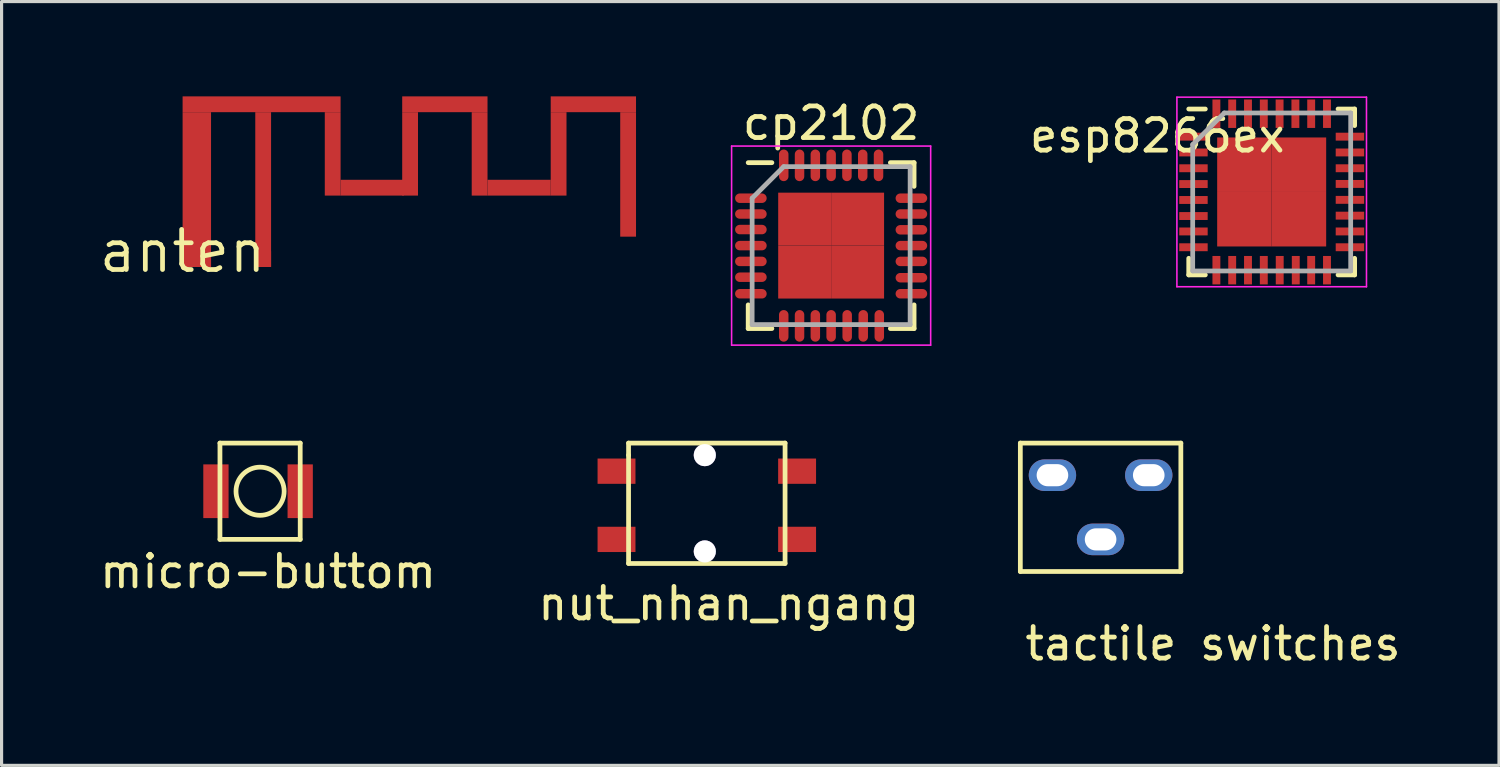
<source format=kicad_pcb>
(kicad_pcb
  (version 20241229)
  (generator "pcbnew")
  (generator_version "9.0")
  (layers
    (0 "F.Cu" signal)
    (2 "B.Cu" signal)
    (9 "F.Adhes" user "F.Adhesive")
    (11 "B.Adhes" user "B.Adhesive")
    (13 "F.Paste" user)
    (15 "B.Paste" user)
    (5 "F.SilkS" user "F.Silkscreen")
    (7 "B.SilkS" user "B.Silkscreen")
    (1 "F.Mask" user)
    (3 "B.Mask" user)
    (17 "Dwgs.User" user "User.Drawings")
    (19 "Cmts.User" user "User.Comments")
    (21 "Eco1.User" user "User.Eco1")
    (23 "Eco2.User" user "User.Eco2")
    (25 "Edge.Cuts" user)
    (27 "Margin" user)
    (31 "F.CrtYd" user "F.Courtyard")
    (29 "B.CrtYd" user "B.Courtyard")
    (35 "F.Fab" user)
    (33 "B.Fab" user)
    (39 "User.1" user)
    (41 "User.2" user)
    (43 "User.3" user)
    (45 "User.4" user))
  (footprint "cp2102"
    (layer "F.Cu")
    (at 23.254 4.723)
    (property "Reference" "cp2102" (at 0 -3.875 0) (layer "F.SilkS") (effects (font (size 1 1) (thickness 0.15))))
    (attr smd)
    (fp_line (start -2.625 -2.625) (end -1.875 -2.625) (stroke (width 0.15) (type solid)) (layer "F.SilkS"))
    (fp_line (start -2.625 2.625) (end -2.625 1.875) (stroke (width 0.15) (type solid)) (layer "F.SilkS"))
    (fp_line (start -2.625 2.625) (end -1.875 2.625) (stroke (width 0.15) (type solid)) (layer "F.SilkS"))
    (fp_line (start 2.625 -2.625) (end 1.875 -2.625) (stroke (width 0.15) (type solid)) (layer "F.SilkS"))
    (fp_line (start 2.625 -2.625) (end 2.625 -1.875) (stroke (width 0.15) (type solid)) (layer "F.SilkS"))
    (fp_line (start 2.625 2.625) (end 1.875 2.625) (stroke (width 0.15) (type solid)) (layer "F.SilkS"))
    (fp_line (start 2.625 2.625) (end 2.625 1.875) (stroke (width 0.15) (type solid)) (layer "F.SilkS"))
    (fp_line (start -3.15 -3.15) (end -3.15 3.15) (stroke (width 0.05) (type solid)) (layer "F.CrtYd"))
    (fp_line (start -3.15 -3.15) (end 3.15 -3.15) (stroke (width 0.05) (type solid)) (layer "F.CrtYd"))
    (fp_line (start -3.15 3.15) (end 3.15 3.15) (stroke (width 0.05) (type solid)) (layer "F.CrtYd"))
    (fp_line (start 3.15 -3.15) (end 3.15 3.15) (stroke (width 0.05) (type solid)) (layer "F.CrtYd"))
    (fp_line (start -2.5 -1.5) (end -1.5 -2.5) (stroke (width 0.15) (type solid)) (layer "F.Fab"))
    (fp_line (start -2.5 2.5) (end -2.5 -1.5) (stroke (width 0.15) (type solid)) (layer "F.Fab"))
    (fp_line (start -1.5 -2.5) (end 2.5 -2.5) (stroke (width 0.15) (type solid)) (layer "F.Fab"))
    (fp_line (start 2.5 -2.5) (end 2.5 2.5) (stroke (width 0.15) (type solid)) (layer "F.Fab"))
    (fp_line (start 2.5 2.5) (end -2.5 2.5) (stroke (width 0.15) (type solid)) (layer "F.Fab"))
    (pad "1" smd oval (at -2.54 -1.5) (size 1 0.3) (layers "F.Cu" "F.Mask" "F.Paste"))
    (pad "2" smd oval (at -2.54 -1) (size 1 0.3) (layers "F.Cu" "F.Mask" "F.Paste"))
    (pad "3" smd oval (at -2.54 -0.508) (size 1 0.3) (layers "F.Cu" "F.Mask" "F.Paste"))
    (pad "4" smd oval (at -2.54 0) (size 1 0.3) (layers "F.Cu" "F.Mask" "F.Paste"))
    (pad "5" smd oval (at -2.54 0.5) (size 1 0.3) (layers "F.Cu" "F.Mask" "F.Paste"))
    (pad "6" smd oval (at -2.54 1) (size 1 0.3) (layers "F.Cu" "F.Mask" "F.Paste"))
    (pad "7" smd oval (at -2.54 1.524) (size 1 0.3) (layers "F.Cu" "F.Mask" "F.Paste"))
    (pad "8" smd oval (at -1.5 2.54 90) (size 1 0.3) (layers "F.Cu" "F.Mask" "F.Paste"))
    (pad "9" smd oval (at -1 2.54 90) (size 1 0.3) (layers "F.Cu" "F.Mask" "F.Paste"))
    (pad "10" smd oval (at -0.5 2.54 90) (size 1 0.3) (layers "F.Cu" "F.Mask" "F.Paste"))
    (pad "11" smd oval (at 0 2.54 90) (size 1 0.3) (layers "F.Cu" "F.Mask" "F.Paste"))
    (pad "12" smd oval (at 0.508 2.54 90) (size 1 0.3) (layers "F.Cu" "F.Mask" "F.Paste"))
    (pad "13" smd oval (at 1.016 2.54 90) (size 1 0.3) (layers "F.Cu" "F.Mask" "F.Paste"))
    (pad "14" smd oval (at 1.524 2.54 90) (size 1 0.3) (layers "F.Cu" "F.Mask" "F.Paste"))
    (pad "15" smd oval (at 2.54 1.524) (size 1 0.3) (layers "F.Cu" "F.Mask" "F.Paste"))
    (pad "16" smd oval (at 2.54 1.016) (size 1 0.3) (layers "F.Cu" "F.Mask" "F.Paste"))
    (pad "17" smd oval (at 2.54 0.5) (size 1 0.3) (layers "F.Cu" "F.Mask" "F.Paste"))
    (pad "18" smd oval (at 2.54 0) (size 1 0.3) (layers "F.Cu" "F.Mask" "F.Paste"))
    (pad "19" smd oval (at 2.54 -0.5) (size 1 0.3) (layers "F.Cu" "F.Mask" "F.Paste"))
    (pad "20" smd oval (at 2.54 -1) (size 1 0.3) (layers "F.Cu" "F.Mask" "F.Paste"))
    (pad "21" smd oval (at 2.54 -1.5) (size 1 0.3) (layers "F.Cu" "F.Mask" "F.Paste"))
    (pad "22" smd oval (at 1.5 -2.54 90) (size 1 0.3) (layers "F.Cu" "F.Mask" "F.Paste"))
    (pad "23" smd oval (at 1 -2.54 90) (size 1 0.3) (layers "F.Cu" "F.Mask" "F.Paste"))
    (pad "24" smd oval (at 0.5 -2.54 90) (size 1 0.3) (layers "F.Cu" "F.Mask" "F.Paste"))
    (pad "25" smd oval (at 0 -2.54 90) (size 1 0.3) (layers "F.Cu" "F.Mask" "F.Paste"))
    (pad "26" smd oval (at -0.5 -2.54 90) (size 1 0.3) (layers "F.Cu" "F.Mask" "F.Paste"))
    (pad "27" smd oval (at -1 -2.54 90) (size 1 0.3) (layers "F.Cu" "F.Mask" "F.Paste"))
    (pad "28" smd oval (at -1.5 -2.54 90) (size 1 0.3) (layers "F.Cu" "F.Mask" "F.Paste"))
    (pad "29" smd rect (at -0.838 -0.838) (size 1.675 1.675) (layers "F.Cu" "F.Mask" "F.Paste"))
    (pad "29" smd rect (at -0.838 0.838) (size 1.675 1.675) (layers "F.Cu" "F.Mask" "F.Paste"))
    (pad "29" smd rect (at 0.838 -0.838) (size 1.675 1.675) (layers "F.Cu" "F.Mask" "F.Paste"))
    (pad "29" smd rect (at 0.838 0.838) (size 1.675 1.675) (layers "F.Cu" "F.Mask" "F.Paste")))
  (footprint "tactile switches"
    (layer "F.Cu")
    (at 34.83 11.989)
    (property "Reference" "tactile switches" (at 0.508 5.334 0) (layer "F.SilkS") (effects (font (size 1 1) (thickness 0.15))))
    (attr through_hole)
    (fp_line (start -5.588 -1.016) (end -0.508 -1.016) (stroke (width 0.15) (type solid)) (layer "F.SilkS"))
    (fp_line (start -5.588 3.048) (end -5.588 -1.016) (stroke (width 0.15) (type solid)) (layer "F.SilkS"))
    (fp_line (start -0.508 -1.016) (end -0.508 3.048) (stroke (width 0.15) (type solid)) (layer "F.SilkS"))
    (fp_line (start -0.508 3.048) (end -5.588 3.048) (stroke (width 0.15) (type solid)) (layer "F.SilkS"))
    (pad "" thru_hole oval (at -3.048 2.032) (size 1.5 1) (drill oval 1 0.7) (layers "*.Cu" "*.Mask"))
    (pad "1" thru_hole oval (at -4.572 0) (size 1.5 1) (drill oval 1 0.7) (layers "*.Cu" "*.Mask"))
    (pad "2" thru_hole oval (at -1.524 0) (size 1.5 1) (drill oval 1 0.7) (layers "*.Cu" "*.Mask")))
  (footprint "esp8266ex"
    (layer "F.Cu")
    (at 34.657 5.565)
    (property "Reference" "esp8266ex" (at -1.079 -4.318 0) (layer "F.SilkS") (effects (font (size 1 1) (thickness 0.15))))
    (attr smd)
    (fp_line (start -0.085 -5.165) (end 0.44 -5.165) (stroke (width 0.15) (type solid)) (layer "F.SilkS"))
    (fp_line (start -0.085 0.085) (end -0.085 -0.44) (stroke (width 0.15) (type solid)) (layer "F.SilkS"))
    (fp_line (start -0.085 0.085) (end 0.44 0.085) (stroke (width 0.15) (type solid)) (layer "F.SilkS"))
    (fp_line (start 5.165 -5.165) (end 4.64 -5.165) (stroke (width 0.15) (type solid)) (layer "F.SilkS"))
    (fp_line (start 5.165 -5.165) (end 5.165 -4.64) (stroke (width 0.15) (type solid)) (layer "F.SilkS"))
    (fp_line (start 5.165 0.085) (end 4.64 0.085) (stroke (width 0.15) (type solid)) (layer "F.SilkS"))
    (fp_line (start 5.165 0.085) (end 5.165 -0.44) (stroke (width 0.15) (type solid)) (layer "F.SilkS"))
    (fp_line (start -0.46 -5.54) (end -0.46 0.46) (stroke (width 0.05) (type solid)) (layer "F.CrtYd"))
    (fp_line (start -0.46 -5.54) (end 5.54 -5.54) (stroke (width 0.05) (type solid)) (layer "F.CrtYd"))
    (fp_line (start -0.46 0.46) (end 5.54 0.46) (stroke (width 0.05) (type solid)) (layer "F.CrtYd"))
    (fp_line (start 5.54 -5.54) (end 5.54 0.46) (stroke (width 0.05) (type solid)) (layer "F.CrtYd"))
    (fp_line (start 0.04 -4.04) (end 1.04 -5.04) (stroke (width 0.15) (type solid)) (layer "F.Fab"))
    (fp_line (start 0.04 -0.04) (end 0.04 -4.04) (stroke (width 0.15) (type solid)) (layer "F.Fab"))
    (fp_line (start 1.04 -5.04) (end 5.04 -5.04) (stroke (width 0.15) (type solid)) (layer "F.Fab"))
    (fp_line (start 5.04 -5.04) (end 5.04 -0.04) (stroke (width 0.15) (type solid)) (layer "F.Fab"))
    (fp_line (start 5.04 -0.04) (end 0.04 -0.04) (stroke (width 0.15) (type solid)) (layer "F.Fab"))
    (pad "1" smd rect (at 0.064 -4.29) (size 0.9 0.25) (layers "F.Cu" "F.Mask" "F.Paste"))
    (pad "2" smd rect (at 0.064 -3.79) (size 0.9 0.25) (layers "F.Cu" "F.Mask" "F.Paste"))
    (pad "3" smd rect (at 0.064 -3.29) (size 0.9 0.25) (layers "F.Cu" "F.Mask" "F.Paste"))
    (pad "4" smd rect (at 0.064 -2.79) (size 0.9 0.25) (layers "F.Cu" "F.Mask" "F.Paste"))
    (pad "5" smd rect (at 0.064 -2.286) (size 0.9 0.25) (layers "F.Cu" "F.Mask" "F.Paste"))
    (pad "6" smd rect (at 0.064 -1.778) (size 0.9 0.25) (layers "F.Cu" "F.Mask" "F.Paste"))
    (pad "7" smd rect (at 0.064 -1.29) (size 0.9 0.25) (layers "F.Cu" "F.Mask" "F.Paste"))
    (pad "8" smd rect (at 0.064 -0.79) (size 0.9 0.25) (layers "F.Cu" "F.Mask" "F.Paste"))
    (pad "9" smd rect (at 0.79 -0.064 90) (size 0.9 0.25) (layers "F.Cu" "F.Mask" "F.Paste"))
    (pad "10" smd rect (at 1.29 -0.064 90) (size 0.9 0.25) (layers "F.Cu" "F.Mask" "F.Paste"))
    (pad "11" smd rect (at 1.79 -0.064 90) (size 0.9 0.25) (layers "F.Cu" "F.Mask" "F.Paste"))
    (pad "12" smd rect (at 2.29 -0.064 90) (size 0.9 0.25) (layers "F.Cu" "F.Mask" "F.Paste"))
    (pad "13" smd rect (at 2.794 -0.064 90) (size 0.9 0.25) (layers "F.Cu" "F.Mask" "F.Paste"))
    (pad "14" smd rect (at 3.302 -0.064 90) (size 0.9 0.25) (layers "F.Cu" "F.Mask" "F.Paste"))
    (pad "15" smd rect (at 3.79 -0.064 90) (size 0.9 0.25) (layers "F.Cu" "F.Mask" "F.Paste"))
    (pad "16" smd rect (at 4.29 -0.064 90) (size 0.9 0.25) (layers "F.Cu" "F.Mask" "F.Paste"))
    (pad "17" smd rect (at 5.016 -0.79) (size 0.9 0.25) (layers "F.Cu" "F.Mask" "F.Paste"))
    (pad "18" smd rect (at 5.016 -1.29) (size 0.9 0.25) (layers "F.Cu" "F.Mask" "F.Paste"))
    (pad "19" smd rect (at 5.016 -1.79) (size 0.9 0.25) (layers "F.Cu" "F.Mask" "F.Paste"))
    (pad "20" smd rect (at 5.016 -2.29) (size 0.9 0.25) (layers "F.Cu" "F.Mask" "F.Paste"))
    (pad "21" smd rect (at 5.016 -2.794) (size 0.9 0.25) (layers "F.Cu" "F.Mask" "F.Paste"))
    (pad "22" smd rect (at 5.016 -3.29) (size 0.9 0.25) (layers "F.Cu" "F.Mask" "F.Paste"))
    (pad "23" smd rect (at 5.016 -3.79) (size 0.9 0.25) (layers "F.Cu" "F.Mask" "F.Paste"))
    (pad "24" smd rect (at 5.016 -4.29) (size 0.9 0.25) (layers "F.Cu" "F.Mask" "F.Paste"))
    (pad "25" smd rect (at 4.29 -5.016 90) (size 0.9 0.25) (layers "F.Cu" "F.Mask" "F.Paste"))
    (pad "26" smd rect (at 3.79 -5.016 90) (size 0.9 0.25) (layers "F.Cu" "F.Mask" "F.Paste"))
    (pad "27" smd rect (at 3.29 -5.016 90) (size 0.9 0.25) (layers "F.Cu" "F.Mask" "F.Paste"))
    (pad "28" smd rect (at 2.79 -5.016 90) (size 0.9 0.25) (layers "F.Cu" "F.Mask" "F.Paste"))
    (pad "29" smd rect (at 2.29 -5.016 90) (size 0.9 0.25) (layers "F.Cu" "F.Mask" "F.Paste"))
    (pad "30" smd rect (at 1.79 -5.016 90) (size 0.9 0.25) (layers "F.Cu" "F.Mask" "F.Paste"))
    (pad "31" smd rect (at 1.29 -5.016 90) (size 0.9 0.25) (layers "F.Cu" "F.Mask" "F.Paste"))
    (pad "32" smd rect (at 0.79 -5.016 90) (size 0.9 0.25) (layers "F.Cu" "F.Mask" "F.Paste"))
    (pad "33" smd rect (at 1.677 -3.402) (size 1.725 1.725) (layers "F.Cu" "F.Mask" "F.Paste"))
    (pad "33" smd rect (at 1.677 -1.677) (size 1.725 1.725) (layers "F.Cu" "F.Mask" "F.Paste"))
    (pad "33" smd rect (at 3.402 -3.402) (size 1.725 1.725) (layers "F.Cu" "F.Mask" "F.Paste"))
    (pad "33" smd rect (at 3.402 -1.677) (size 1.725 1.725) (layers "F.Cu" "F.Mask" "F.Paste")))
  (footprint "micro-buttom"
    (layer "F.Cu")
    (at 5.435 12.497)
    (property "Reference" "micro-buttom" (at 0 2.54 0) (layer "F.SilkS") (effects (font (size 1 1) (thickness 0.15))))
    (attr through_hole)
    (fp_line (start -1.524 -1.524) (end 1.016 -1.524) (stroke (width 0.15) (type solid)) (layer "F.SilkS"))
    (fp_line (start -1.524 1.524) (end -1.524 -1.524) (stroke (width 0.15) (type solid)) (layer "F.SilkS"))
    (fp_line (start 1.016 -1.524) (end 1.016 1.524) (stroke (width 0.15) (type solid)) (layer "F.SilkS"))
    (fp_line (start 1.016 1.524) (end -1.524 1.524) (stroke (width 0.15) (type solid)) (layer "F.SilkS"))
    (fp_circle (center -0.254 0) (end -0.254 -0.762) (stroke (width 0.15) (type solid)) (fill no) (layer "F.SilkS"))
    (pad "1" smd trapezoid (at -1.651 0) (size 0.8 1.7) (layers "F.Cu" "F.Mask" "F.Paste"))
    (pad "2" smd trapezoid (at 1.016 0) (size 0.8 1.7) (layers "F.Cu" "F.Mask" "F.Paste")))
  (footprint "nut_nhan_ngang"
    (layer "F.Cu")
    (at 17.097 12.243)
    (property "Reference" "nut_nhan_ngang" (at 2.921 3.81 0) (layer "F.SilkS") (effects (font (size 1 1) (thickness 0.15))))
    (attr through_hole)
    (fp_line (start -0.254 -1.27) (end 4.699 -1.27) (stroke (width 0.15) (type solid)) (layer "F.SilkS"))
    (fp_line (start -0.254 -0.889) (end -0.254 -1.27) (stroke (width 0.15) (type solid)) (layer "F.SilkS"))
    (fp_line (start -0.254 2.54) (end -0.254 -0.889) (stroke (width 0.15) (type solid)) (layer "F.SilkS"))
    (fp_line (start 4.699 -1.27) (end 4.699 2.54) (stroke (width 0.15) (type solid)) (layer "F.SilkS"))
    (fp_line (start 4.699 2.54) (end -0.254 2.54) (stroke (width 0.15) (type solid)) (layer "F.SilkS"))
    (pad "" thru_hole circle (at 2.159 -0.889) (size 0.7 0.7) (drill 0.7) (layers "*.Cu" "*.Mask"))
    (pad "" thru_hole circle (at 2.159 2.159 90) (size 0.7 0.7) (drill 0.7) (layers "*.Cu" "*.Mask"))
    (pad "1" smd trapezoid (at -0.635 -0.381) (size 1.2 0.8) (layers "F.Cu" "F.Mask" "F.Paste"))
    (pad "1" smd trapezoid (at 5.08 -0.381) (size 1.2 0.8) (layers "F.Cu" "F.Mask" "F.Paste"))
    (pad "2" smd trapezoid (at -0.635 1.778) (size 1.2 0.8) (layers "F.Cu" "F.Mask" "F.Paste"))
    (pad "2" smd trapezoid (at 5.08 1.778) (size 1.2 0.8) (layers "F.Cu" "F.Mask" "F.Paste")))
  (footprint "anten"
    (layer "F.Cu")
    (at 2.729 4.9)
    (property "Reference" "anten" (at 0 0 0) (layer "F.SilkS") (effects (font (size 1.27 1.27) (thickness 0.15))))
    (attr through_hole)
    (fp_poly (pts (xy 0 -4.9) (xy 0 -4.4) (xy 5 -4.4) (xy 5 -4.9) (xy 0 -4.9)) (stroke (width 0) (type solid)) (fill yes) (layer "F.Cu"))
    (fp_poly (pts (xy 0 -4.4) (xy 0 0.5) (xy 0.9 0.5) (xy 0.9 -4.4) (xy 0 -4.4)) (stroke (width 0) (type solid)) (fill yes) (layer "F.Cu"))
    (fp_poly (pts (xy 2.3 -4.4) (xy 2.3 0.5) (xy 2.8 0.5) (xy 2.8 -4.4) (xy 2.3 -4.4)) (stroke (width 0) (type solid)) (fill yes) (layer "F.Cu"))
    (fp_poly (pts (xy 4.5 -4.4) (xy 4.5 -1.76) (xy 5 -1.76) (xy 5 -4.4) (xy 4.5 -4.4)) (stroke (width 0) (type solid)) (fill yes) (layer "F.Cu"))
    (fp_poly (pts (xy 5 -2.26) (xy 5 -1.76) (xy 7 -1.76) (xy 7 -2.26) (xy 5 -2.26)) (stroke (width 0) (type solid)) (fill yes) (layer "F.Cu"))
    (fp_poly (pts (xy 6.95 -4.9) (xy 6.95 -4.4) (xy 9.65 -4.4) (xy 9.65 -4.9) (xy 6.95 -4.9)) (stroke (width 0) (type solid)) (fill yes) (layer "F.Cu"))
    (fp_poly (pts (xy 6.95 -4.4) (xy 6.95 -1.76) (xy 7.45 -1.76) (xy 7.45 -4.4) (xy 6.95 -4.4)) (stroke (width 0) (type solid)) (fill yes) (layer "F.Cu"))
    (fp_poly (pts (xy 9.15 -4.4) (xy 9.15 -1.76) (xy 9.65 -1.76) (xy 9.65 -4.4) (xy 9.15 -4.4)) (stroke (width 0) (type solid)) (fill yes) (layer "F.Cu"))
    (fp_poly (pts (xy 9.65 -2.26) (xy 9.65 -1.76) (xy 11.65 -1.76) (xy 11.65 -2.26) (xy 9.65 -2.26)) (stroke (width 0) (type solid)) (fill yes) (layer "F.Cu"))
    (fp_poly (pts (xy 11.65 -4.9) (xy 11.65 -4.4) (xy 14.35 -4.4) (xy 14.35 -4.9) (xy 11.65 -4.9)) (stroke (width 0) (type solid)) (fill yes) (layer "F.Cu"))
    (fp_poly (pts (xy 11.65 -4.4) (xy 11.65 -1.76) (xy 12.15 -1.76) (xy 12.15 -4.4) (xy 11.65 -4.4)) (stroke (width 0) (type solid)) (fill yes) (layer "F.Cu"))
    (fp_poly (pts (xy 13.85 -4.4) (xy 13.85 -0.46) (xy 14.35 -0.46) (xy 14.35 -4.4) (xy 13.85 -4.4)) (stroke (width 0) (type solid)) (fill yes) (layer "F.Cu"))
    (pad "1" smd rect (at 2.55 0.25) (size 0.5 0.5) (layers "F.Cu" "F.Mask" "F.Paste"))
    (pad "2" smd rect (at 0.45 0.25) (size 0.9 0.5) (layers "F.Cu" "F.Mask" "F.Paste")))
  (gr_rect
    (start -3 -3)
    (end 44.391 21.172)
    (stroke (width 0.1) (type default))
    (fill no)
    (layer "Edge.Cuts")))
</source>
